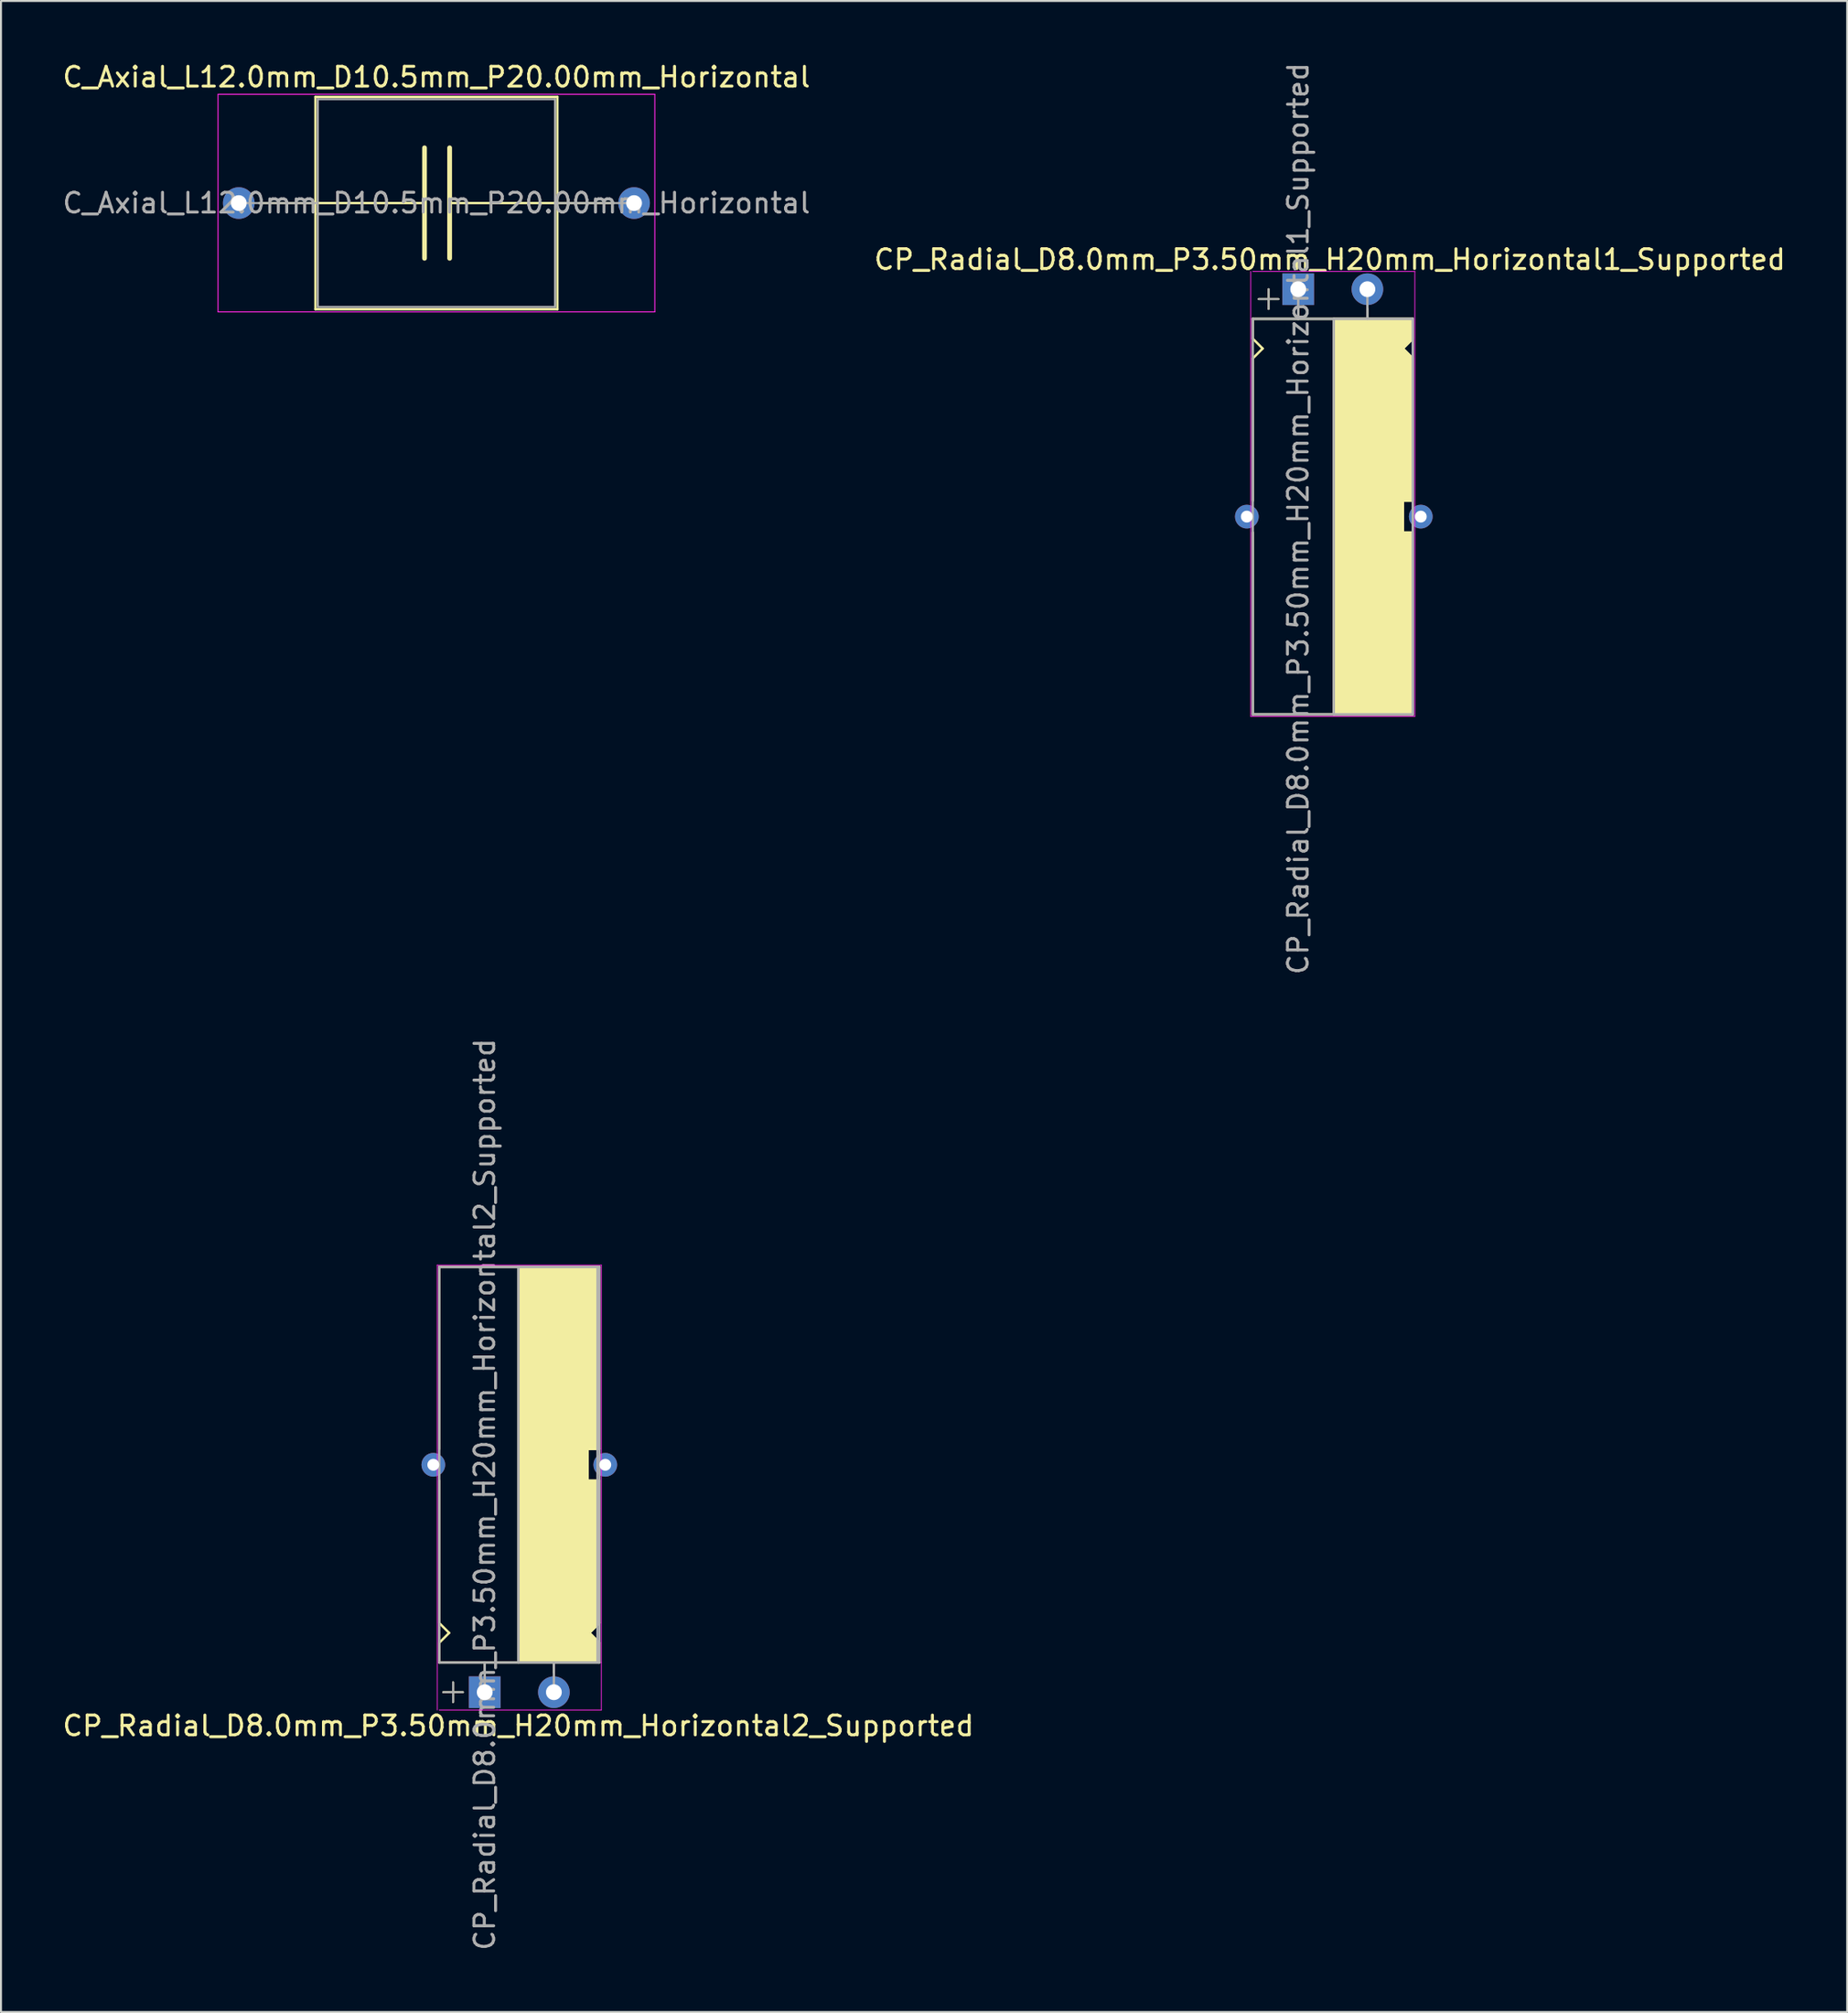
<source format=kicad_pcb>
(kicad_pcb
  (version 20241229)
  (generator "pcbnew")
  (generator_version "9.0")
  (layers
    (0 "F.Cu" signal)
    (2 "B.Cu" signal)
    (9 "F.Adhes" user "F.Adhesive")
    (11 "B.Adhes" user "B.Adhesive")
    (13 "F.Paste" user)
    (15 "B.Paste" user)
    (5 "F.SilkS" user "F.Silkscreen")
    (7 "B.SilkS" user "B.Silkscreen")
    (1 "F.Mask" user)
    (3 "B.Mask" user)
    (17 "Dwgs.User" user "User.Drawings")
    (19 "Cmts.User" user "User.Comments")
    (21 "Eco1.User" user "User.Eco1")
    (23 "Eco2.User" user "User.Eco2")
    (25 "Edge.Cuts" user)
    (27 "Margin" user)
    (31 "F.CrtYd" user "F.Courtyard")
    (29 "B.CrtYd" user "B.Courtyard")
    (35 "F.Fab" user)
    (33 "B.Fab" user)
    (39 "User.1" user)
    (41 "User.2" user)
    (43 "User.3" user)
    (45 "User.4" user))
  (footprint "CP_Radial_D8.0mm_P3.50mm_H20mm_Horizontal1_Supported"
    (layer "F.Cu")
    (at 62.632 11.573)
    (property "Reference" "CP_Radial_D8.0mm_P3.50mm_H20mm_Horizontal1_Supported" (at 1.6 -1.5 0) (layer "F.SilkS") (effects (font (size 1 1) (thickness 0.15))))
    (attr through_hole)
    (fp_line (start -2.3 1.5) (end -2.3 2.5) (stroke (width 0.12) (type solid)) (layer "F.SilkS"))
    (fp_line (start -2.3 1.5) (end 5.8 1.5) (stroke (width 0.12) (type solid)) (layer "F.SilkS"))
    (fp_line (start -2.3 2.5) (end -1.8 3) (stroke (width 0.12) (type solid)) (layer "F.SilkS"))
    (fp_line (start -2.3 10.7) (end -2.3 3.5) (stroke (width 0.12) (type solid)) (layer "F.SilkS"))
    (fp_line (start -2.3 12.3) (end -2.3 21.5) (stroke (width 0.12) (type solid)) (layer "F.SilkS"))
    (fp_line (start -2.3 21.5) (end 5.7 21.5) (stroke (width 0.12) (type solid)) (layer "F.SilkS"))
    (fp_line (start -2 0.5) (end -1 0.5) (stroke (width 0.1) (type solid)) (layer "F.SilkS"))
    (fp_line (start -1.8 3) (end -2.3 3.5) (stroke (width 0.12) (type solid)) (layer "F.SilkS"))
    (fp_line (start -1.5 1) (end -1.5 0) (stroke (width 0.1) (type solid)) (layer "F.SilkS"))
    (fp_line (start 0 1) (end 0 1.5) (stroke (width 0.12) (type solid)) (layer "F.SilkS"))
    (fp_line (start 1.8 21.5) (end 1.8 1.5) (stroke (width 0.12) (type solid)) (layer "F.SilkS"))
    (fp_line (start 3.5 1) (end 3.5 1.5) (stroke (width 0.12) (type solid)) (layer "F.SilkS"))
    (fp_line (start 5.3 3) (end 5.8 2.5) (stroke (width 0.12) (type solid)) (layer "F.SilkS"))
    (fp_line (start 5.3 10.7) (end 5.3 12.3) (stroke (width 0.12) (type solid)) (layer "F.SilkS"))
    (fp_line (start 5.3 12.3) (end 5.8 12.3) (stroke (width 0.12) (type solid)) (layer "F.SilkS"))
    (fp_line (start 5.8 2.5) (end 5.8 1.5) (stroke (width 0.12) (type solid)) (layer "F.SilkS"))
    (fp_line (start 5.8 3.5) (end 5.3 3) (stroke (width 0.12) (type solid)) (layer "F.SilkS"))
    (fp_line (start 5.8 10.7) (end 5.3 10.7) (stroke (width 0.12) (type solid)) (layer "F.SilkS"))
    (fp_line (start 5.8 10.7) (end 5.8 3.5) (stroke (width 0.12) (type solid)) (layer "F.SilkS"))
    (fp_line (start 5.8 12.3) (end 5.8 21.5) (stroke (width 0.12) (type solid)) (layer "F.SilkS"))
    (fp_line (start 5.8 21.5) (end 5.7 21.5) (stroke (width 0.12) (type solid)) (layer "F.SilkS"))
    (fp_poly (pts (xy 5.8 2.5) (xy 5.3 3) (xy 5.8 3.5) (xy 5.8 10.7) (xy 5.3 10.7) (xy 5.3 12.3) (xy 5.8 12.3) (xy 5.8 21.5) (xy 1.8 21.5) (xy 1.8 1.5) (xy 5.8 1.5)) (stroke (width 0.1) (type solid)) (fill yes) (layer "F.SilkS"))
    (fp_line (start -2.4 1.5) (end -2.4 -0.9) (stroke (width 0.04) (type solid)) (layer "F.CrtYd"))
    (fp_line (start -2.4 21.6) (end -2.4 1.5) (stroke (width 0.04) (type solid)) (layer "F.CrtYd"))
    (fp_line (start -2.3 -0.9) (end 5.9 -0.9) (stroke (width 0.04) (type solid)) (layer "F.CrtYd"))
    (fp_line (start 5.9 -0.9) (end 5.9 21.6) (stroke (width 0.04) (type solid)) (layer "F.CrtYd"))
    (fp_line (start 5.9 21.6) (end -2.4 21.6) (stroke (width 0.04) (type solid)) (layer "F.CrtYd"))
    (fp_line (start -2.3 1.5) (end 5.8 1.5) (stroke (width 0.12) (type solid)) (layer "F.Fab"))
    (fp_line (start -2.3 21.5) (end -2.3 1.5) (stroke (width 0.12) (type solid)) (layer "F.Fab"))
    (fp_line (start -2 0.5) (end -1 0.5) (stroke (width 0.1) (type solid)) (layer "F.Fab"))
    (fp_line (start -1.5 1) (end -1.5 0) (stroke (width 0.1) (type solid)) (layer "F.Fab"))
    (fp_line (start 0 1.5) (end 0 0) (stroke (width 0.12) (type solid)) (layer "F.Fab"))
    (fp_line (start 1.8 1.5) (end 1.8 21.5) (stroke (width 0.12) (type solid)) (layer "F.Fab"))
    (fp_line (start 3.5 1.5) (end 3.5 0) (stroke (width 0.12) (type solid)) (layer "F.Fab"))
    (fp_line (start 5.8 1.5) (end 5.8 21.5) (stroke (width 0.12) (type solid)) (layer "F.Fab"))
    (fp_line (start 5.8 21.5) (end -2.3 21.5) (stroke (width 0.12) (type solid)) (layer "F.Fab"))
    (fp_poly (pts (xy 5.8 21.5) (xy 1.8 21.5) (xy 1.8 1.5) (xy 5.8 1.5)) (stroke (width 0.1) (type solid)) (fill no) (layer "F.Fab"))
    (fp_text user "${REFERENCE}" (at 0 11.6 90) (layer "F.Fab") (effects (font (size 1 1) (thickness 0.15))))
    (pad "" thru_hole circle (at -2.6 11.5) (size 1.2 1.2) (drill 0.6) (layers "*.Cu" "*.Mask"))
    (pad "" thru_hole circle (at 6.2 11.5) (size 1.2 1.2) (drill 0.6) (layers "*.Cu" "*.Mask"))
    (pad "1" thru_hole rect (at 0 0) (size 1.6 1.6) (drill 0.8) (layers "*.Cu" "*.Mask"))
    (pad "2" thru_hole circle (at 3.5 0) (size 1.6 1.6) (drill 0.8) (layers "*.Cu" "*.Mask")))
  (footprint "CP_Radial_D8.0mm_P3.50mm_H20mm_Horizontal2_Supported"
    (layer "F.Cu")
    (at 21.473 82.518)
    (property "Reference" "CP_Radial_D8.0mm_P3.50mm_H20mm_Horizontal2_Supported" (at 1.7 1.7 0) (layer "F.SilkS") (effects (font (size 1 1) (thickness 0.15))))
    (attr through_hole)
    (fp_line (start -2.3 -21.5) (end -2.3 -12.3) (stroke (width 0.12) (type solid)) (layer "F.SilkS"))
    (fp_line (start -2.3 -21.5) (end -2.2 -21.5) (stroke (width 0.12) (type solid)) (layer "F.SilkS"))
    (fp_line (start -2.3 -3.5) (end -2.3 -10.7) (stroke (width 0.12) (type solid)) (layer "F.SilkS"))
    (fp_line (start -2.3 -3.5) (end -1.8 -3) (stroke (width 0.12) (type solid)) (layer "F.SilkS"))
    (fp_line (start -2.3 -2.5) (end -2.3 -1.5) (stroke (width 0.12) (type solid)) (layer "F.SilkS"))
    (fp_line (start -2.1 0) (end -1.1 0) (stroke (width 0.1) (type solid)) (layer "F.SilkS"))
    (fp_line (start -1.8 -3) (end -2.3 -2.5) (stroke (width 0.12) (type solid)) (layer "F.SilkS"))
    (fp_line (start -1.6 0.5) (end -1.6 -0.5) (stroke (width 0.1) (type solid)) (layer "F.SilkS"))
    (fp_line (start 0 -1) (end 0 -1.5) (stroke (width 0.12) (type solid)) (layer "F.SilkS"))
    (fp_line (start 1.7 -21.5) (end 1.7 -1.5) (stroke (width 0.12) (type solid)) (layer "F.SilkS"))
    (fp_line (start 3.5 -1) (end 3.5 -1.5) (stroke (width 0.12) (type solid)) (layer "F.SilkS"))
    (fp_line (start 5.2 -12.3) (end 5.2 -10.7) (stroke (width 0.12) (type solid)) (layer "F.SilkS"))
    (fp_line (start 5.2 -10.7) (end 5.8 -10.7) (stroke (width 0.12) (type solid)) (layer "F.SilkS"))
    (fp_line (start 5.3 -12.3) (end 5.2 -12.3) (stroke (width 0.12) (type solid)) (layer "F.SilkS"))
    (fp_line (start 5.3 -3) (end 5.8 -2.5) (stroke (width 0.12) (type solid)) (layer "F.SilkS"))
    (fp_line (start 5.8 -21.5) (end -2.2 -21.5) (stroke (width 0.12) (type solid)) (layer "F.SilkS"))
    (fp_line (start 5.8 -21.5) (end 5.8 -12.3) (stroke (width 0.12) (type solid)) (layer "F.SilkS"))
    (fp_line (start 5.8 -12.3) (end 5.3 -12.3) (stroke (width 0.12) (type solid)) (layer "F.SilkS"))
    (fp_line (start 5.8 -3.5) (end 5.3 -3) (stroke (width 0.12) (type solid)) (layer "F.SilkS"))
    (fp_line (start 5.8 -3.5) (end 5.8 -10.7) (stroke (width 0.12) (type solid)) (layer "F.SilkS"))
    (fp_line (start 5.8 -2.5) (end 5.8 -1.5) (stroke (width 0.12) (type solid)) (layer "F.SilkS"))
    (fp_line (start 5.8 -1.5) (end -2.3 -1.5) (stroke (width 0.12) (type solid)) (layer "F.SilkS"))
    (fp_poly (pts (xy 5.8 -12.3) (xy 5.2 -12.3) (xy 5.2 -10.7) (xy 5.8 -10.7) (xy 5.8 -3.5) (xy 5.3 -3) (xy 5.8 -2.5) (xy 5.8 -1.5) (xy 1.7 -1.5) (xy 1.7 -21.5) (xy 5.8 -21.5)) (stroke (width 0.1) (type solid)) (fill yes) (layer "F.SilkS"))
    (fp_line (start -2.4 -21.6) (end 5.9 -21.6) (stroke (width 0.04) (type solid)) (layer "F.CrtYd"))
    (fp_line (start -2.4 0.9) (end -2.4 -21.6) (stroke (width 0.04) (type solid)) (layer "F.CrtYd"))
    (fp_line (start -2.3 0.9) (end 5.9 0.9) (stroke (width 0.04) (type solid)) (layer "F.CrtYd"))
    (fp_line (start 5.9 -21.6) (end 5.9 -1.5) (stroke (width 0.04) (type solid)) (layer "F.CrtYd"))
    (fp_line (start 5.9 -1.5) (end 5.9 0.9) (stroke (width 0.04) (type solid)) (layer "F.CrtYd"))
    (fp_line (start -2.3 -21.5) (end 5.8 -21.5) (stroke (width 0.12) (type solid)) (layer "F.Fab"))
    (fp_line (start -2.3 -1.5) (end -2.3 -21.5) (stroke (width 0.12) (type solid)) (layer "F.Fab"))
    (fp_line (start -2.1 0) (end -1.1 0) (stroke (width 0.1) (type solid)) (layer "F.Fab"))
    (fp_line (start -1.6 0.5) (end -1.6 -0.5) (stroke (width 0.1) (type solid)) (layer "F.Fab"))
    (fp_line (start 0 -1.5) (end 0 0) (stroke (width 0.12) (type solid)) (layer "F.Fab"))
    (fp_line (start 1.7 -1.5) (end 1.7 -21.5) (stroke (width 0.12) (type solid)) (layer "F.Fab"))
    (fp_line (start 3.5 -1.5) (end 3.5 0) (stroke (width 0.12) (type solid)) (layer "F.Fab"))
    (fp_line (start 5.8 -21.5) (end 5.8 -1.5) (stroke (width 0.12) (type solid)) (layer "F.Fab"))
    (fp_line (start 5.8 -1.5) (end -2.3 -1.5) (stroke (width 0.12) (type solid)) (layer "F.Fab"))
    (fp_poly (pts (xy 1.7 -21.5) (xy 5.7 -21.5) (xy 5.7 -1.5) (xy 1.7 -1.5)) (stroke (width 0.1) (type solid)) (fill no) (layer "F.Fab"))
    (fp_text user "${REFERENCE}" (at 0 -10 90) (layer "F.Fab") (effects (font (size 1 1) (thickness 0.15))))
    (pad "" thru_hole circle (at -2.6 -11.5 180) (size 1.2 1.2) (drill 0.6) (layers "*.Cu" "*.Mask"))
    (pad "" thru_hole circle (at 6.1 -11.5 180) (size 1.2 1.2) (drill 0.6) (layers "*.Cu" "*.Mask"))
    (pad "1" thru_hole rect (at 0 0) (size 1.6 1.6) (drill 0.8) (layers "*.Cu" "*.Mask"))
    (pad "2" thru_hole circle (at 3.5 0) (size 1.6 1.6) (drill 0.8) (layers "*.Cu" "*.Mask")))
  (footprint "C_Axial_L12.0mm_D10.5mm_P20.00mm_Horizontal"
    (layer "F.Cu")
    (at 9.03 7.218)
    (property "Reference" "C_Axial_L12.0mm_D10.5mm_P20.00mm_Horizontal" (at 10 -6.37 0) (layer "F.SilkS") (effects (font (size 1 1) (thickness 0.15))))
    (attr through_hole)
    (fp_line (start 1.04 0) (end 3.88 0) (stroke (width 0.12) (type solid)) (layer "F.SilkS"))
    (fp_line (start 3.88 -5.37) (end 3.88 5.37) (stroke (width 0.12) (type solid)) (layer "F.SilkS"))
    (fp_line (start 3.88 0) (end 9.398 0) (stroke (width 0.12) (type solid)) (layer "F.SilkS"))
    (fp_line (start 3.88 5.37) (end 16.12 5.37) (stroke (width 0.12) (type solid)) (layer "F.SilkS"))
    (fp_line (start 9.398 -2.794) (end 9.398 2.794) (stroke (width 0.24) (type solid)) (layer "F.SilkS"))
    (fp_line (start 10.668 2.794) (end 10.668 -2.794) (stroke (width 0.24) (type solid)) (layer "F.SilkS"))
    (fp_line (start 16.12 -5.37) (end 3.88 -5.37) (stroke (width 0.12) (type solid)) (layer "F.SilkS"))
    (fp_line (start 16.12 5.37) (end 16.12 -5.37) (stroke (width 0.12) (type solid)) (layer "F.SilkS"))
    (fp_line (start 16.129 0) (end 10.668 0) (stroke (width 0.12) (type solid)) (layer "F.SilkS"))
    (fp_line (start 18.96 0) (end 16.12 0) (stroke (width 0.12) (type solid)) (layer "F.SilkS"))
    (fp_line (start -1.05 -5.5) (end -1.05 5.5) (stroke (width 0.05) (type solid)) (layer "F.CrtYd"))
    (fp_line (start -1.05 5.5) (end 21.05 5.5) (stroke (width 0.05) (type solid)) (layer "F.CrtYd"))
    (fp_line (start 21.05 -5.5) (end -1.05 -5.5) (stroke (width 0.05) (type solid)) (layer "F.CrtYd"))
    (fp_line (start 21.05 5.5) (end 21.05 -5.5) (stroke (width 0.05) (type solid)) (layer "F.CrtYd"))
    (fp_line (start 0 0) (end 4 0) (stroke (width 0.1) (type solid)) (layer "F.Fab"))
    (fp_line (start 4 -5.25) (end 4 5.25) (stroke (width 0.1) (type solid)) (layer "F.Fab"))
    (fp_line (start 4 5.25) (end 16 5.25) (stroke (width 0.1) (type solid)) (layer "F.Fab"))
    (fp_line (start 16 -5.25) (end 4 -5.25) (stroke (width 0.1) (type solid)) (layer "F.Fab"))
    (fp_line (start 16 5.25) (end 16 -5.25) (stroke (width 0.1) (type solid)) (layer "F.Fab"))
    (fp_line (start 20 0) (end 16 0) (stroke (width 0.1) (type solid)) (layer "F.Fab"))
    (fp_text user "${REFERENCE}" (at 10 0 0) (layer "F.Fab") (effects (font (size 1 1) (thickness 0.15))))
    (pad "1" thru_hole circle (at 0 0) (size 1.6 1.6) (drill 0.8) (layers "*.Cu" "*.Mask"))
    (pad "2" thru_hole oval (at 20 0) (size 1.6 1.6) (drill 0.8) (layers "*.Cu" "*.Mask")))
  (gr_rect
    (start -3 -3)
    (end 90.405 98.69)
    (stroke (width 0.1) (type default))
    (fill no)
    (layer "Edge.Cuts")))
</source>
